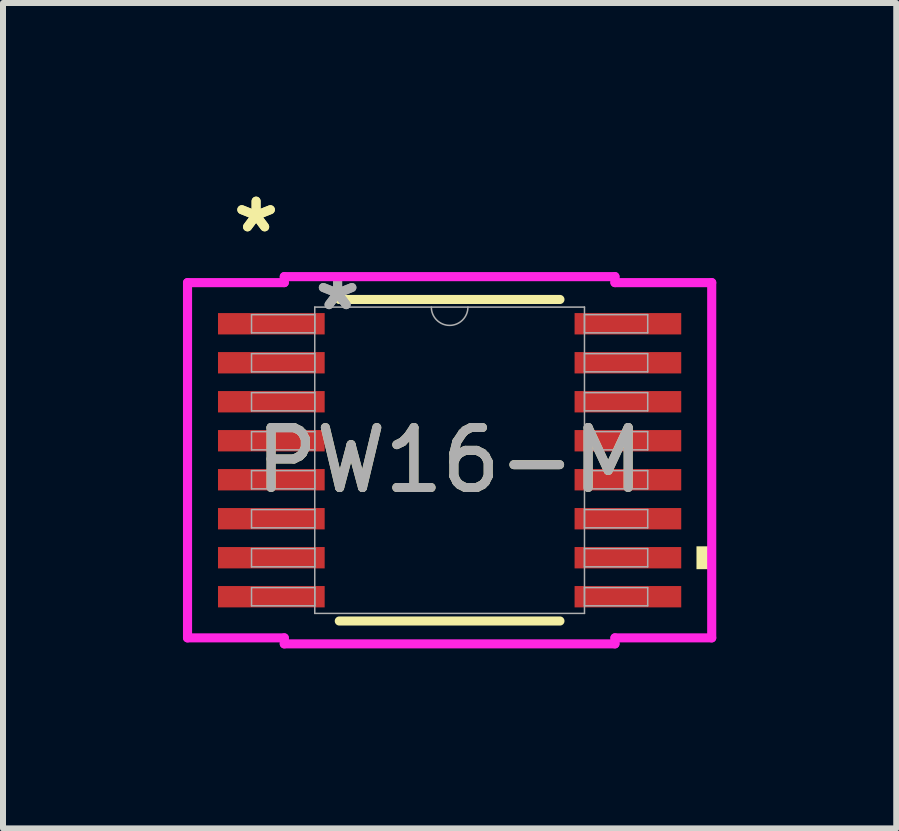
<source format=kicad_pcb>
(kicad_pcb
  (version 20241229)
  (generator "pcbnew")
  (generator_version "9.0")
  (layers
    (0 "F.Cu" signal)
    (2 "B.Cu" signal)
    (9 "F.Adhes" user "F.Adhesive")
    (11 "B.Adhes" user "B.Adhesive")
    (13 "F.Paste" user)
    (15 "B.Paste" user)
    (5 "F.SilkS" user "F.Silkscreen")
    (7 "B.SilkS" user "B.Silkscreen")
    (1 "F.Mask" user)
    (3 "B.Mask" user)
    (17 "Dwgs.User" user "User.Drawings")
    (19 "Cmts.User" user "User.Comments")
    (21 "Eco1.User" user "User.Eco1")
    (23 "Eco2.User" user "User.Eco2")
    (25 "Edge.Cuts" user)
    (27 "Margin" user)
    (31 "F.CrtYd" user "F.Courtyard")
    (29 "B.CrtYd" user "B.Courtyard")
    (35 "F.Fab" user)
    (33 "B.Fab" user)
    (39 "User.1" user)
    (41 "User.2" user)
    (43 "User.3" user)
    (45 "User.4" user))
  (footprint "PW16-M"
    (layer "F.Cu")
    (at 4.445 4.622)
    (property "Reference" "PW16-M" (at 0 0 0) (unlocked yes) (layer "F.SilkS") (effects (font (size 1 1) (thickness 0.15))))
    (attr smd)
    (fp_line (start -1.839 2.68) (end 1.839 2.68) (stroke (width 0.152) (type solid)) (layer "F.SilkS"))
    (fp_line (start 1.839 -2.68) (end -1.839 -2.68) (stroke (width 0.152) (type solid)) (layer "F.SilkS"))
    (fp_poly (pts (xy 4.369 1.435) (xy 4.369 1.816) (xy 4.115 1.816) (xy 4.115 1.435)) (stroke (width 0) (type solid)) (fill yes) (layer "F.SilkS"))
    (fp_line (start -4.369 -2.961) (end -2.756 -2.961) (stroke (width 0.152) (type solid)) (layer "F.CrtYd"))
    (fp_line (start -4.369 2.961) (end -4.369 -2.961) (stroke (width 0.152) (type solid)) (layer "F.CrtYd"))
    (fp_line (start -4.369 2.961) (end -2.756 2.961) (stroke (width 0.152) (type solid)) (layer "F.CrtYd"))
    (fp_line (start -2.756 -3.061) (end 2.756 -3.061) (stroke (width 0.152) (type solid)) (layer "F.CrtYd"))
    (fp_line (start -2.756 -2.961) (end -2.756 -3.061) (stroke (width 0.152) (type solid)) (layer "F.CrtYd"))
    (fp_line (start -2.756 3.061) (end -2.756 2.961) (stroke (width 0.152) (type solid)) (layer "F.CrtYd"))
    (fp_line (start 2.756 -3.061) (end 2.756 -2.961) (stroke (width 0.152) (type solid)) (layer "F.CrtYd"))
    (fp_line (start 2.756 2.961) (end 2.756 3.061) (stroke (width 0.152) (type solid)) (layer "F.CrtYd"))
    (fp_line (start 2.756 3.061) (end -2.756 3.061) (stroke (width 0.152) (type solid)) (layer "F.CrtYd"))
    (fp_line (start 4.369 -2.961) (end 2.756 -2.961) (stroke (width 0.152) (type solid)) (layer "F.CrtYd"))
    (fp_line (start 4.369 -2.961) (end 4.369 2.961) (stroke (width 0.152) (type solid)) (layer "F.CrtYd"))
    (fp_line (start 4.369 2.961) (end 2.756 2.961) (stroke (width 0.152) (type solid)) (layer "F.CrtYd"))
    (fp_line (start -3.302 -2.427) (end -3.302 -2.123) (stroke (width 0.025) (type solid)) (layer "F.Fab"))
    (fp_line (start -3.302 -2.123) (end -2.248 -2.123) (stroke (width 0.025) (type solid)) (layer "F.Fab"))
    (fp_line (start -3.302 -1.777) (end -3.302 -1.473) (stroke (width 0.025) (type solid)) (layer "F.Fab"))
    (fp_line (start -3.302 -1.473) (end -2.248 -1.473) (stroke (width 0.025) (type solid)) (layer "F.Fab"))
    (fp_line (start -3.302 -1.127) (end -3.302 -0.823) (stroke (width 0.025) (type solid)) (layer "F.Fab"))
    (fp_line (start -3.302 -0.823) (end -2.248 -0.823) (stroke (width 0.025) (type solid)) (layer "F.Fab"))
    (fp_line (start -3.302 -0.477) (end -3.302 -0.173) (stroke (width 0.025) (type solid)) (layer "F.Fab"))
    (fp_line (start -3.302 -0.173) (end -2.248 -0.173) (stroke (width 0.025) (type solid)) (layer "F.Fab"))
    (fp_line (start -3.302 0.173) (end -3.302 0.477) (stroke (width 0.025) (type solid)) (layer "F.Fab"))
    (fp_line (start -3.302 0.477) (end -2.248 0.477) (stroke (width 0.025) (type solid)) (layer "F.Fab"))
    (fp_line (start -3.302 0.823) (end -3.302 1.127) (stroke (width 0.025) (type solid)) (layer "F.Fab"))
    (fp_line (start -3.302 1.127) (end -2.248 1.127) (stroke (width 0.025) (type solid)) (layer "F.Fab"))
    (fp_line (start -3.302 1.473) (end -3.302 1.777) (stroke (width 0.025) (type solid)) (layer "F.Fab"))
    (fp_line (start -3.302 1.777) (end -2.248 1.777) (stroke (width 0.025) (type solid)) (layer "F.Fab"))
    (fp_line (start -3.302 2.123) (end -3.302 2.427) (stroke (width 0.025) (type solid)) (layer "F.Fab"))
    (fp_line (start -3.302 2.427) (end -2.248 2.427) (stroke (width 0.025) (type solid)) (layer "F.Fab"))
    (fp_line (start -2.248 -2.553) (end -2.248 2.553) (stroke (width 0.025) (type solid)) (layer "F.Fab"))
    (fp_line (start -2.248 -2.427) (end -3.302 -2.427) (stroke (width 0.025) (type solid)) (layer "F.Fab"))
    (fp_line (start -2.248 -2.123) (end -2.248 -2.427) (stroke (width 0.025) (type solid)) (layer "F.Fab"))
    (fp_line (start -2.248 -1.777) (end -3.302 -1.777) (stroke (width 0.025) (type solid)) (layer "F.Fab"))
    (fp_line (start -2.248 -1.473) (end -2.248 -1.777) (stroke (width 0.025) (type solid)) (layer "F.Fab"))
    (fp_line (start -2.248 -1.127) (end -3.302 -1.127) (stroke (width 0.025) (type solid)) (layer "F.Fab"))
    (fp_line (start -2.248 -0.823) (end -2.248 -1.127) (stroke (width 0.025) (type solid)) (layer "F.Fab"))
    (fp_line (start -2.248 -0.477) (end -3.302 -0.477) (stroke (width 0.025) (type solid)) (layer "F.Fab"))
    (fp_line (start -2.248 -0.173) (end -2.248 -0.477) (stroke (width 0.025) (type solid)) (layer "F.Fab"))
    (fp_line (start -2.248 0.173) (end -3.302 0.173) (stroke (width 0.025) (type solid)) (layer "F.Fab"))
    (fp_line (start -2.248 0.477) (end -2.248 0.173) (stroke (width 0.025) (type solid)) (layer "F.Fab"))
    (fp_line (start -2.248 0.823) (end -3.302 0.823) (stroke (width 0.025) (type solid)) (layer "F.Fab"))
    (fp_line (start -2.248 1.127) (end -2.248 0.823) (stroke (width 0.025) (type solid)) (layer "F.Fab"))
    (fp_line (start -2.248 1.473) (end -3.302 1.473) (stroke (width 0.025) (type solid)) (layer "F.Fab"))
    (fp_line (start -2.248 1.777) (end -2.248 1.473) (stroke (width 0.025) (type solid)) (layer "F.Fab"))
    (fp_line (start -2.248 2.123) (end -3.302 2.123) (stroke (width 0.025) (type solid)) (layer "F.Fab"))
    (fp_line (start -2.248 2.427) (end -2.248 2.123) (stroke (width 0.025) (type solid)) (layer "F.Fab"))
    (fp_line (start -2.248 2.553) (end 2.248 2.553) (stroke (width 0.025) (type solid)) (layer "F.Fab"))
    (fp_line (start 2.248 -2.553) (end -2.248 -2.553) (stroke (width 0.025) (type solid)) (layer "F.Fab"))
    (fp_line (start 2.248 -2.427) (end 2.248 -2.123) (stroke (width 0.025) (type solid)) (layer "F.Fab"))
    (fp_line (start 2.248 -2.123) (end 3.302 -2.123) (stroke (width 0.025) (type solid)) (layer "F.Fab"))
    (fp_line (start 2.248 -1.777) (end 2.248 -1.473) (stroke (width 0.025) (type solid)) (layer "F.Fab"))
    (fp_line (start 2.248 -1.473) (end 3.302 -1.473) (stroke (width 0.025) (type solid)) (layer "F.Fab"))
    (fp_line (start 2.248 -1.127) (end 2.248 -0.823) (stroke (width 0.025) (type solid)) (layer "F.Fab"))
    (fp_line (start 2.248 -0.823) (end 3.302 -0.823) (stroke (width 0.025) (type solid)) (layer "F.Fab"))
    (fp_line (start 2.248 -0.477) (end 2.248 -0.173) (stroke (width 0.025) (type solid)) (layer "F.Fab"))
    (fp_line (start 2.248 -0.173) (end 3.302 -0.173) (stroke (width 0.025) (type solid)) (layer "F.Fab"))
    (fp_line (start 2.248 0.173) (end 2.248 0.477) (stroke (width 0.025) (type solid)) (layer "F.Fab"))
    (fp_line (start 2.248 0.477) (end 3.302 0.477) (stroke (width 0.025) (type solid)) (layer "F.Fab"))
    (fp_line (start 2.248 0.823) (end 2.248 1.127) (stroke (width 0.025) (type solid)) (layer "F.Fab"))
    (fp_line (start 2.248 1.127) (end 3.302 1.127) (stroke (width 0.025) (type solid)) (layer "F.Fab"))
    (fp_line (start 2.248 1.473) (end 2.248 1.777) (stroke (width 0.025) (type solid)) (layer "F.Fab"))
    (fp_line (start 2.248 1.777) (end 3.302 1.777) (stroke (width 0.025) (type solid)) (layer "F.Fab"))
    (fp_line (start 2.248 2.123) (end 2.248 2.427) (stroke (width 0.025) (type solid)) (layer "F.Fab"))
    (fp_line (start 2.248 2.427) (end 3.302 2.427) (stroke (width 0.025) (type solid)) (layer "F.Fab"))
    (fp_line (start 2.248 2.553) (end 2.248 -2.553) (stroke (width 0.025) (type solid)) (layer "F.Fab"))
    (fp_line (start 3.302 -2.427) (end 2.248 -2.427) (stroke (width 0.025) (type solid)) (layer "F.Fab"))
    (fp_line (start 3.302 -2.123) (end 3.302 -2.427) (stroke (width 0.025) (type solid)) (layer "F.Fab"))
    (fp_line (start 3.302 -1.777) (end 2.248 -1.777) (stroke (width 0.025) (type solid)) (layer "F.Fab"))
    (fp_line (start 3.302 -1.473) (end 3.302 -1.777) (stroke (width 0.025) (type solid)) (layer "F.Fab"))
    (fp_line (start 3.302 -1.127) (end 2.248 -1.127) (stroke (width 0.025) (type solid)) (layer "F.Fab"))
    (fp_line (start 3.302 -0.823) (end 3.302 -1.127) (stroke (width 0.025) (type solid)) (layer "F.Fab"))
    (fp_line (start 3.302 -0.477) (end 2.248 -0.477) (stroke (width 0.025) (type solid)) (layer "F.Fab"))
    (fp_line (start 3.302 -0.173) (end 3.302 -0.477) (stroke (width 0.025) (type solid)) (layer "F.Fab"))
    (fp_line (start 3.302 0.173) (end 2.248 0.173) (stroke (width 0.025) (type solid)) (layer "F.Fab"))
    (fp_line (start 3.302 0.477) (end 3.302 0.173) (stroke (width 0.025) (type solid)) (layer "F.Fab"))
    (fp_line (start 3.302 0.823) (end 2.248 0.823) (stroke (width 0.025) (type solid)) (layer "F.Fab"))
    (fp_line (start 3.302 1.127) (end 3.302 0.823) (stroke (width 0.025) (type solid)) (layer "F.Fab"))
    (fp_line (start 3.302 1.473) (end 2.248 1.473) (stroke (width 0.025) (type solid)) (layer "F.Fab"))
    (fp_line (start 3.302 1.777) (end 3.302 1.473) (stroke (width 0.025) (type solid)) (layer "F.Fab"))
    (fp_line (start 3.302 2.123) (end 2.248 2.123) (stroke (width 0.025) (type solid)) (layer "F.Fab"))
    (fp_line (start 3.302 2.427) (end 3.302 2.123) (stroke (width 0.025) (type solid)) (layer "F.Fab"))
    (fp_arc (start 0.3048 -2.5527) (mid 0 -2.2479) (end -0.3048 -2.5527) (stroke (width 0.0254) (type solid)) (layer "F.Fab"))
    (fp_text user "*" (at -3.226 -3.774 0) (unlocked yes) (layer "F.SilkS") (effects (font (size 1 1) (thickness 0.15))))
    (fp_text user "*" (at -3.226 -3.774 0) (layer "F.SilkS") (effects (font (size 1 1) (thickness 0.15))))
    (fp_text user "${REFERENCE}" (at 0 0 0) (unlocked yes) (layer "F.Fab") (effects (font (size 1 1) (thickness 0.15))))
    (fp_text user "*" (at -1.867 -2.477 0) (unlocked yes) (layer "F.Fab") (effects (font (size 1 1) (thickness 0.15))))
    (fp_text user "*" (at -1.867 -2.477 0) (layer "F.Fab") (effects (font (size 1 1) (thickness 0.15))))
    (pad "1" smd rect (at -2.972 -2.275) (size 1.778 0.356) (layers "F.Cu" "F.Mask" "F.Paste"))
    (pad "2" smd rect (at -2.972 -1.625) (size 1.778 0.356) (layers "F.Cu" "F.Mask" "F.Paste"))
    (pad "3" smd rect (at -2.972 -0.975) (size 1.778 0.356) (layers "F.Cu" "F.Mask" "F.Paste"))
    (pad "4" smd rect (at -2.972 -0.325) (size 1.778 0.356) (layers "F.Cu" "F.Mask" "F.Paste"))
    (pad "5" smd rect (at -2.972 0.325) (size 1.778 0.356) (layers "F.Cu" "F.Mask" "F.Paste"))
    (pad "6" smd rect (at -2.972 0.975) (size 1.778 0.356) (layers "F.Cu" "F.Mask" "F.Paste"))
    (pad "7" smd rect (at -2.972 1.625) (size 1.778 0.356) (layers "F.Cu" "F.Mask" "F.Paste"))
    (pad "8" smd rect (at -2.972 2.275) (size 1.778 0.356) (layers "F.Cu" "F.Mask" "F.Paste"))
    (pad "9" smd rect (at 2.972 2.275) (size 1.778 0.356) (layers "F.Cu" "F.Mask" "F.Paste"))
    (pad "10" smd rect (at 2.972 1.625) (size 1.778 0.356) (layers "F.Cu" "F.Mask" "F.Paste"))
    (pad "11" smd rect (at 2.972 0.975) (size 1.778 0.356) (layers "F.Cu" "F.Mask" "F.Paste"))
    (pad "12" smd rect (at 2.972 0.325) (size 1.778 0.356) (layers "F.Cu" "F.Mask" "F.Paste"))
    (pad "13" smd rect (at 2.972 -0.325) (size 1.778 0.356) (layers "F.Cu" "F.Mask" "F.Paste"))
    (pad "14" smd rect (at 2.972 -0.975) (size 1.778 0.356) (layers "F.Cu" "F.Mask" "F.Paste"))
    (pad "15" smd rect (at 2.972 -1.625) (size 1.778 0.356) (layers "F.Cu" "F.Mask" "F.Paste"))
    (pad "16" smd rect (at 2.972 -2.275) (size 1.778 0.356) (layers "F.Cu" "F.Mask" "F.Paste")))
  (gr_rect
    (start -3 -3)
    (end 11.89 10.759)
    (stroke (width 0.1) (type default))
    (fill no)
    (layer "Edge.Cuts")))
</source>
